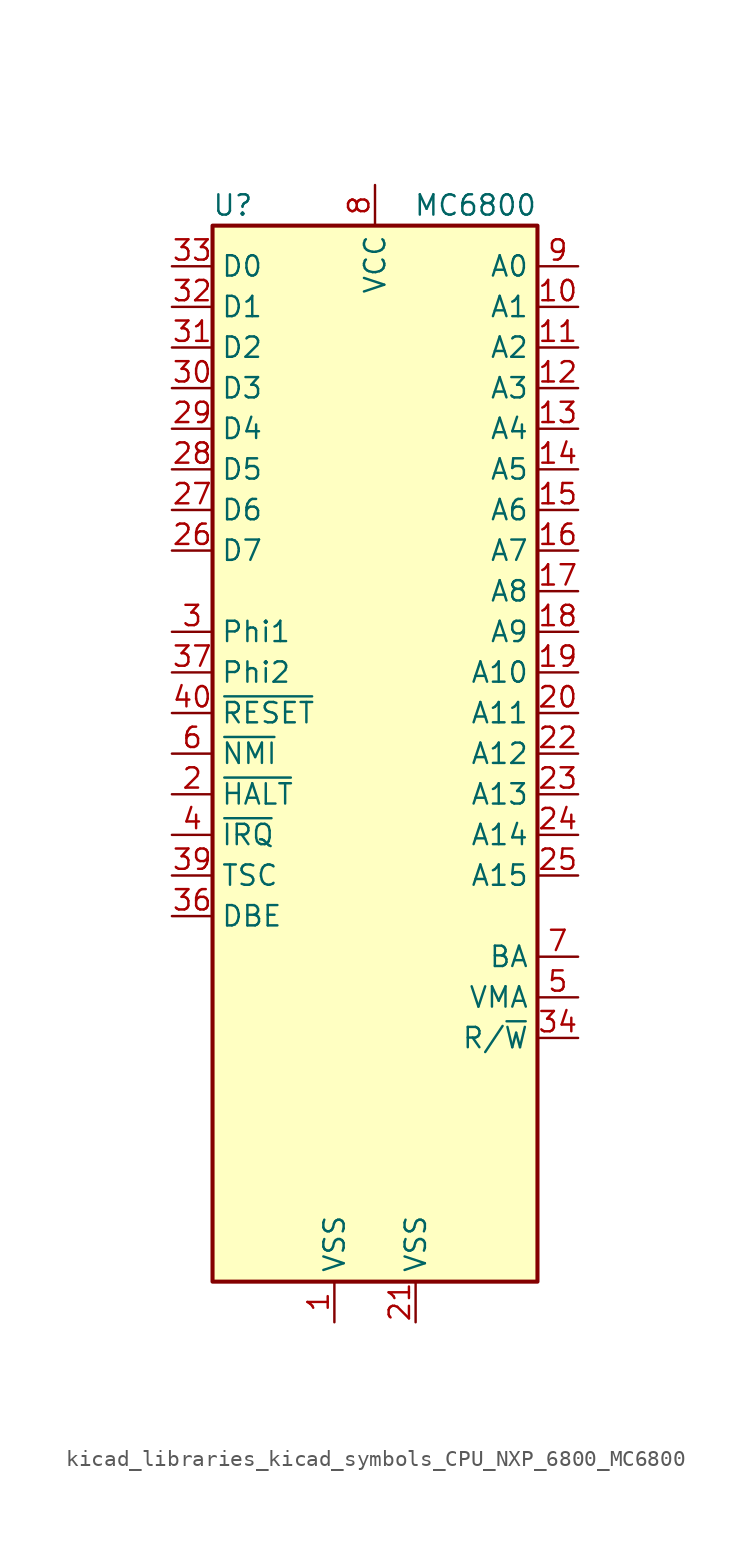
<source format=kicad_sym>
(kicad_symbol_lib
  (version 20220914)
  (generator kicad_symbol_editor)
  (symbol "kicad_libraries_kicad_symbols_CPU_NXP_6800_MC6800"
    (property "Reference" "U"
      (at -8.89 34.29 0)
      (effects (font (size 1.27 1.27))))
    (property "Value" "MC6800"
      (at 10.16 34.29 0)
      (effects (font (size 1.27 1.27)) (justify right)))
    (symbol "kicad_libraries_kicad_symbols_CPU_NXP_6800_MC6800_0_1"
      (rectangle (start -10.16 -33.02) (end 10.16 33.02) (stroke (width 0.254) (type default)) (fill (type background))))
    (symbol "kicad_libraries_kicad_symbols_CPU_NXP_6800_MC6800_1_1"
      (pin power_in line (at -2.54 -35.56 90) (length 2.54) (name "VSS" (effects (font (size 1.27 1.27)))) (number "1" (effects (font (size 1.27 1.27)))))
      (pin output line (at 12.7 27.94 180) (length 2.54) (name "A1" (effects (font (size 1.27 1.27)))) (number "10" (effects (font (size 1.27 1.27)))))
      (pin output line (at 12.7 25.4 180) (length 2.54) (name "A2" (effects (font (size 1.27 1.27)))) (number "11" (effects (font (size 1.27 1.27)))))
      (pin output line (at 12.7 22.86 180) (length 2.54) (name "A3" (effects (font (size 1.27 1.27)))) (number "12" (effects (font (size 1.27 1.27)))))
      (pin output line (at 12.7 20.32 180) (length 2.54) (name "A4" (effects (font (size 1.27 1.27)))) (number "13" (effects (font (size 1.27 1.27)))))
      (pin output line (at 12.7 17.78 180) (length 2.54) (name "A5" (effects (font (size 1.27 1.27)))) (number "14" (effects (font (size 1.27 1.27)))))
      (pin output line (at 12.7 15.24 180) (length 2.54) (name "A6" (effects (font (size 1.27 1.27)))) (number "15" (effects (font (size 1.27 1.27)))))
      (pin output line (at 12.7 12.7 180) (length 2.54) (name "A7" (effects (font (size 1.27 1.27)))) (number "16" (effects (font (size 1.27 1.27)))))
      (pin output line (at 12.7 10.16 180) (length 2.54) (name "A8" (effects (font (size 1.27 1.27)))) (number "17" (effects (font (size 1.27 1.27)))))
      (pin output line (at 12.7 7.62 180) (length 2.54) (name "A9" (effects (font (size 1.27 1.27)))) (number "18" (effects (font (size 1.27 1.27)))))
      (pin output line (at 12.7 5.08 180) (length 2.54) (name "A10" (effects (font (size 1.27 1.27)))) (number "19" (effects (font (size 1.27 1.27)))))
      (pin input line (at -12.7 -2.54 0) (length 2.54) (name "~{HALT}" (effects (font (size 1.27 1.27)))) (number "2" (effects (font (size 1.27 1.27)))))
      (pin output line (at 12.7 2.54 180) (length 2.54) (name "A11" (effects (font (size 1.27 1.27)))) (number "20" (effects (font (size 1.27 1.27)))))
      (pin power_in line (at 2.54 -35.56 90) (length 2.54) (name "VSS" (effects (font (size 1.27 1.27)))) (number "21" (effects (font (size 1.27 1.27)))))
      (pin output line (at 12.7 0 180) (length 2.54) (name "A12" (effects (font (size 1.27 1.27)))) (number "22" (effects (font (size 1.27 1.27)))))
      (pin output line (at 12.7 -2.54 180) (length 2.54) (name "A13" (effects (font (size 1.27 1.27)))) (number "23" (effects (font (size 1.27 1.27)))))
      (pin output line (at 12.7 -5.08 180) (length 2.54) (name "A14" (effects (font (size 1.27 1.27)))) (number "24" (effects (font (size 1.27 1.27)))))
      (pin output line (at 12.7 -7.62 180) (length 2.54) (name "A15" (effects (font (size 1.27 1.27)))) (number "25" (effects (font (size 1.27 1.27)))))
      (pin bidirectional line (at -12.7 12.7 0) (length 2.54) (name "D7" (effects (font (size 1.27 1.27)))) (number "26" (effects (font (size 1.27 1.27)))))
      (pin bidirectional line (at -12.7 15.24 0) (length 2.54) (name "D6" (effects (font (size 1.27 1.27)))) (number "27" (effects (font (size 1.27 1.27)))))
      (pin bidirectional line (at -12.7 17.78 0) (length 2.54) (name "D5" (effects (font (size 1.27 1.27)))) (number "28" (effects (font (size 1.27 1.27)))))
      (pin bidirectional line (at -12.7 20.32 0) (length 2.54) (name "D4" (effects (font (size 1.27 1.27)))) (number "29" (effects (font (size 1.27 1.27)))))
      (pin input line (at -12.7 7.62 0) (length 2.54) (name "Phi1" (effects (font (size 1.27 1.27)))) (number "3" (effects (font (size 1.27 1.27)))))
      (pin bidirectional line (at -12.7 22.86 0) (length 2.54) (name "D3" (effects (font (size 1.27 1.27)))) (number "30" (effects (font (size 1.27 1.27)))))
      (pin bidirectional line (at -12.7 25.4 0) (length 2.54) (name "D2" (effects (font (size 1.27 1.27)))) (number "31" (effects (font (size 1.27 1.27)))))
      (pin bidirectional line (at -12.7 27.94 0) (length 2.54) (name "D1" (effects (font (size 1.27 1.27)))) (number "32" (effects (font (size 1.27 1.27)))))
      (pin bidirectional line (at -12.7 30.48 0) (length 2.54) (name "D0" (effects (font (size 1.27 1.27)))) (number "33" (effects (font (size 1.27 1.27)))))
      (pin output line (at 12.7 -17.78 180) (length 2.54) (name "R/~{W}" (effects (font (size 1.27 1.27)))) (number "34" (effects (font (size 1.27 1.27)))))
      (pin no_connect line (at -10.16 -25.4 0) (length 2.54) hide (name "N.C." (effects (font (size 1.27 1.27)))) (number "35" (effects (font (size 1.27 1.27)))))
      (pin input line (at -12.7 -10.16 0) (length 2.54) (name "DBE" (effects (font (size 1.27 1.27)))) (number "36" (effects (font (size 1.27 1.27)))))
      (pin input line (at -12.7 5.08 0) (length 2.54) (name "Phi2" (effects (font (size 1.27 1.27)))) (number "37" (effects (font (size 1.27 1.27)))))
      (pin no_connect line (at -10.16 -22.86 0) (length 2.54) hide (name "N.C." (effects (font (size 1.27 1.27)))) (number "38" (effects (font (size 1.27 1.27)))))
      (pin input line (at -12.7 -7.62 0) (length 2.54) (name "TSC" (effects (font (size 1.27 1.27)))) (number "39" (effects (font (size 1.27 1.27)))))
      (pin input line (at -12.7 -5.08 0) (length 2.54) (name "~{IRQ}" (effects (font (size 1.27 1.27)))) (number "4" (effects (font (size 1.27 1.27)))))
      (pin input line (at -12.7 2.54 0) (length 2.54) (name "~{RESET}" (effects (font (size 1.27 1.27)))) (number "40" (effects (font (size 1.27 1.27)))))
      (pin output line (at 12.7 -15.24 180) (length 2.54) (name "VMA" (effects (font (size 1.27 1.27)))) (number "5" (effects (font (size 1.27 1.27)))))
      (pin input line (at -12.7 0 0) (length 2.54) (name "~{NMI}" (effects (font (size 1.27 1.27)))) (number "6" (effects (font (size 1.27 1.27)))))
      (pin output line (at 12.7 -12.7 180) (length 2.54) (name "BA" (effects (font (size 1.27 1.27)))) (number "7" (effects (font (size 1.27 1.27)))))
      (pin power_in line (at 0 35.56 270) (length 2.54) (name "VCC" (effects (font (size 1.27 1.27)))) (number "8" (effects (font (size 1.27 1.27)))))
      (pin output line (at 12.7 30.48 180) (length 2.54) (name "A0" (effects (font (size 1.27 1.27)))) (number "9" (effects (font (size 1.27 1.27))))))))
</source>
